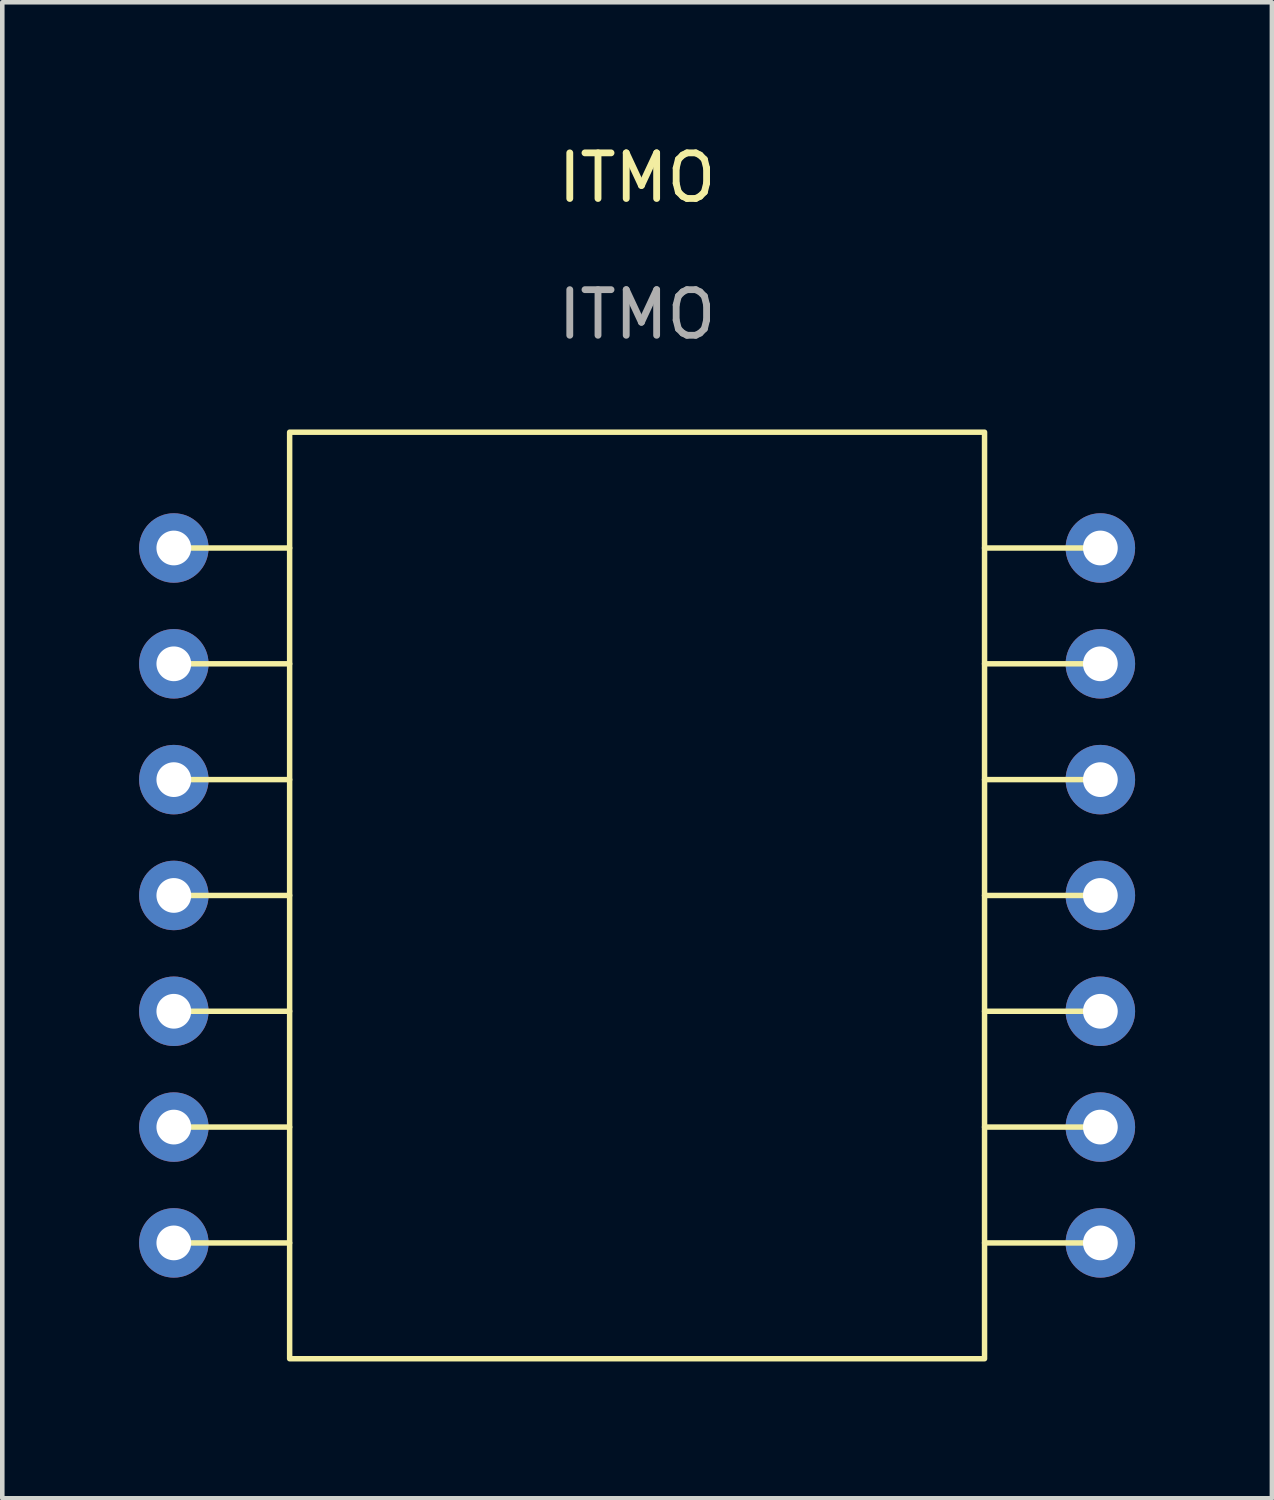
<source format=kicad_pcb>
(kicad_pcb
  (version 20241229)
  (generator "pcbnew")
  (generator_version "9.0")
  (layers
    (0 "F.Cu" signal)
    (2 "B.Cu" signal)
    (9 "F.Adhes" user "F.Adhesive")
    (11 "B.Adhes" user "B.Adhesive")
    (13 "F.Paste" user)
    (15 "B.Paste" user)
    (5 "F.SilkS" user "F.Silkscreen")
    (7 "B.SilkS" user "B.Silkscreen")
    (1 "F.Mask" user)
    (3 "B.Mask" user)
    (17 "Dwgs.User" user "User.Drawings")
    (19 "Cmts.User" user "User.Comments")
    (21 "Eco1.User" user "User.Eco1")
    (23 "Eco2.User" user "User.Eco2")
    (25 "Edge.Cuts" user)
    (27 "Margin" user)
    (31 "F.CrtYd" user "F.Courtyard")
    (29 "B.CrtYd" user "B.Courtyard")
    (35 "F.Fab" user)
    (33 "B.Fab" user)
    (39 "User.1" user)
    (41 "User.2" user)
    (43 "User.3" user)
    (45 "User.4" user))
  (footprint "ITMO"
    (layer "F.Cu")
    (at 10.922 1.348)
    (property "Reference" "ITMO" (at 0 -0.5 0) (unlocked yes) (layer "F.SilkS") (effects (font (size 1 1) (thickness 0.15))))
    (attr through_hole)
    (fp_line (start -10.16 7.62) (end -7.62 7.62) (stroke (width 0.12) (type solid)) (layer "F.SilkS"))
    (fp_line (start -10.16 10.16) (end -7.62 10.16) (stroke (width 0.12) (type solid)) (layer "F.SilkS"))
    (fp_line (start -10.16 12.7) (end -7.62 12.7) (stroke (width 0.12) (type solid)) (layer "F.SilkS"))
    (fp_line (start -10.16 15.24) (end -7.62 15.24) (stroke (width 0.12) (type solid)) (layer "F.SilkS"))
    (fp_line (start -10.16 17.78) (end -7.62 17.78) (stroke (width 0.12) (type solid)) (layer "F.SilkS"))
    (fp_line (start -10.16 20.32) (end -7.62 20.32) (stroke (width 0.12) (type solid)) (layer "F.SilkS"))
    (fp_line (start -10.16 22.86) (end -7.62 22.86) (stroke (width 0.12) (type solid)) (layer "F.SilkS"))
    (fp_line (start 10.16 7.62) (end 7.62 7.62) (stroke (width 0.12) (type solid)) (layer "F.SilkS"))
    (fp_line (start 10.16 10.16) (end 7.62 10.16) (stroke (width 0.12) (type solid)) (layer "F.SilkS"))
    (fp_line (start 10.16 12.7) (end 7.62 12.7) (stroke (width 0.12) (type solid)) (layer "F.SilkS"))
    (fp_line (start 10.16 15.24) (end 7.62 15.24) (stroke (width 0.12) (type solid)) (layer "F.SilkS"))
    (fp_line (start 10.16 17.78) (end 7.62 17.78) (stroke (width 0.12) (type solid)) (layer "F.SilkS"))
    (fp_line (start 10.16 20.32) (end 7.62 20.32) (stroke (width 0.12) (type solid)) (layer "F.SilkS"))
    (fp_line (start 10.16 22.86) (end 7.62 22.86) (stroke (width 0.12) (type solid)) (layer "F.SilkS"))
    (fp_rect (start -7.62 25.4) (end 7.62 5.08) (stroke (width 0.12) (type solid)) (fill no) (layer "F.SilkS"))
    (fp_text user "${REFERENCE}" (at 0 2.5 0) (unlocked yes) (layer "F.Fab") (effects (font (size 1 1) (thickness 0.15))))
    (pad "1" thru_hole circle (at -10.16 7.62) (size 1.524 1.524) (drill 0.762) (layers "*.Cu" "*.Mask"))
    (pad "2" thru_hole circle (at -10.16 10.16) (size 1.524 1.524) (drill 0.762) (layers "*.Cu" "*.Mask"))
    (pad "3" thru_hole circle (at -10.16 12.7) (size 1.524 1.524) (drill 0.762) (layers "*.Cu" "*.Mask"))
    (pad "4" thru_hole circle (at -10.16 15.24) (size 1.524 1.524) (drill 0.762) (layers "*.Cu" "*.Mask"))
    (pad "5" thru_hole circle (at -10.16 17.78) (size 1.524 1.524) (drill 0.762) (layers "*.Cu" "*.Mask"))
    (pad "6" thru_hole circle (at -10.16 20.32) (size 1.524 1.524) (drill 0.762) (layers "*.Cu" "*.Mask"))
    (pad "7" thru_hole circle (at -10.16 22.86) (size 1.524 1.524) (drill 0.762) (layers "*.Cu" "*.Mask"))
    (pad "8" thru_hole circle (at 10.16 22.86) (size 1.524 1.524) (drill 0.762) (layers "*.Cu" "*.Mask"))
    (pad "9" thru_hole circle (at 10.16 20.32) (size 1.524 1.524) (drill 0.762) (layers "*.Cu" "*.Mask"))
    (pad "10" thru_hole circle (at 10.16 17.78) (size 1.524 1.524) (drill 0.762) (layers "*.Cu" "*.Mask"))
    (pad "11" thru_hole circle (at 10.16 15.24) (size 1.524 1.524) (drill 0.762) (layers "*.Cu" "*.Mask"))
    (pad "12" thru_hole circle (at 10.16 12.7) (size 1.524 1.524) (drill 0.762) (layers "*.Cu" "*.Mask"))
    (pad "13" thru_hole circle (at 10.16 10.16) (size 1.524 1.524) (drill 0.762) (layers "*.Cu" "*.Mask"))
    (pad "14" thru_hole circle (at 10.16 7.62) (size 1.524 1.524) (drill 0.762) (layers "*.Cu" "*.Mask")))
  (gr_rect
    (start -3 -3)
    (end 24.844 29.808)
    (stroke (width 0.1) (type default))
    (fill no)
    (layer "Edge.Cuts")))
</source>
